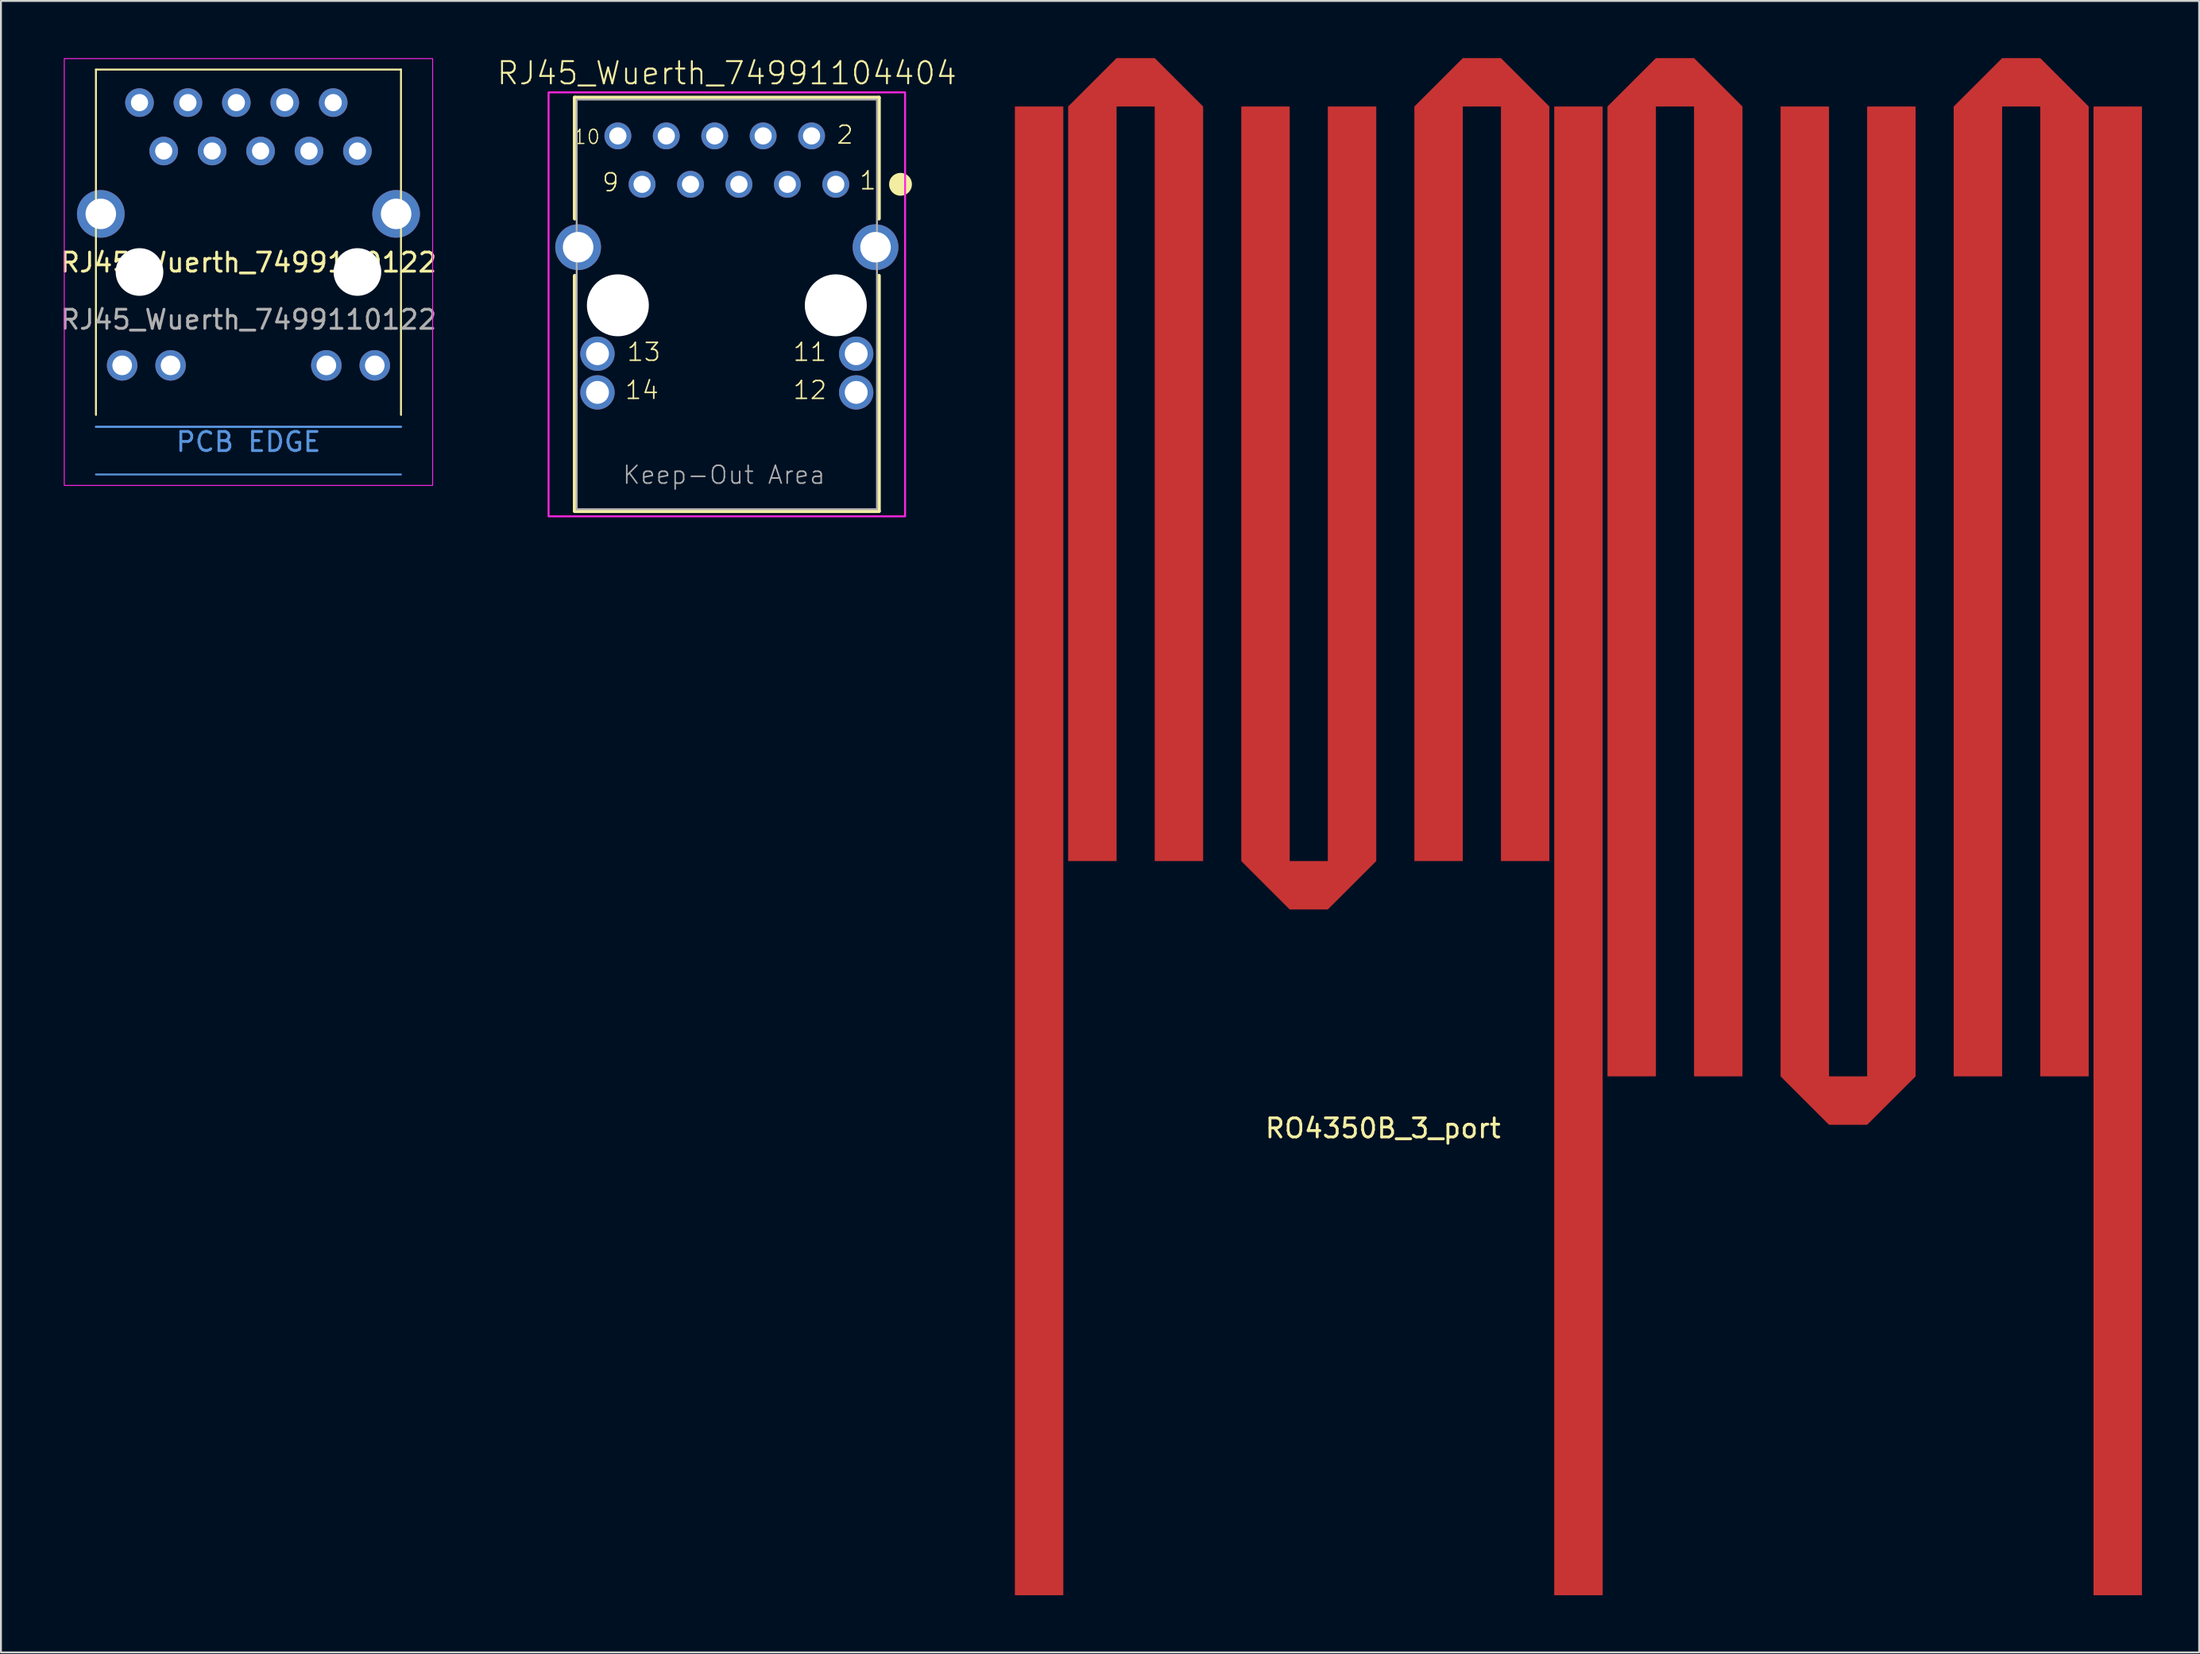
<source format=kicad_pcb>
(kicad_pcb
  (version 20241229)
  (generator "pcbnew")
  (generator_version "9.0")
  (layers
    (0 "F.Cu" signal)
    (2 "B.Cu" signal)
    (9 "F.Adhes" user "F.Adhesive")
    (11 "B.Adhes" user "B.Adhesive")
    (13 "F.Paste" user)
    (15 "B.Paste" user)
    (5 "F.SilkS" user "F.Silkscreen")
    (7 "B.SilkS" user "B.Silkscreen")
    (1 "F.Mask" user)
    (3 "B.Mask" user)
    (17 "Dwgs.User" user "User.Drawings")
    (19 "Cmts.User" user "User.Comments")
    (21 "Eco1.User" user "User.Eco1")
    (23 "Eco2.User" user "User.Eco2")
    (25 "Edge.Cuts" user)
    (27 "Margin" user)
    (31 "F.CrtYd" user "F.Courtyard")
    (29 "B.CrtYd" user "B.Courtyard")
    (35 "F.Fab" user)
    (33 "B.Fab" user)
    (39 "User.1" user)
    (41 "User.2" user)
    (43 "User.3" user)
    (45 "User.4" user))
  (footprint "RO4350B_3_port"
    (layer "F.Cu")
    (at 73.99 42.163)
    (property "Reference" "RO4350B_3_port" (at -4.5 14 0) (layer "F.SilkS") (effects (font (size 1 1) (thickness 0.15))))
    (attr through_hole)
    (fp_poly (pts (xy -21.268 -39.623) (xy -23.808 -39.623) (xy -23.808 38.507) (xy -21.268 38.507)) (stroke (width 0) (type solid)) (fill yes) (layer "F.Cu"))
    (fp_poly (pts (xy 7.02 -39.623) (xy 4.48 -39.623) (xy 4.48 38.507) (xy 7.02 38.507)) (stroke (width 0) (type solid)) (fill yes) (layer "F.Cu"))
    (fp_poly (pts (xy 35.308 -39.623) (xy 32.768 -39.623) (xy 32.768 38.507) (xy 35.308 38.507)) (stroke (width 0) (type solid)) (fill yes) (layer "F.Cu"))
    (fp_poly (pts (xy -18.474 -39.623) (xy -16.474 -39.623) (xy -16.474 -0.023) (xy -13.934 -0.023) (xy -13.934 -39.623) (xy -16.474 -42.163) (xy -18.474 -42.163) (xy -21.014 -39.623) (xy -21.014 -0.023) (xy -18.474 -0.023)) (stroke (width 0) (type solid)) (fill yes) (layer "F.Cu"))
    (fp_poly (pts (xy -4.854 -0.023) (xy -4.854 -39.623) (xy -7.394 -39.623) (xy -7.394 -0.023) (xy -9.394 -0.023) (xy -9.394 -39.623) (xy -11.934 -39.623) (xy -11.934 -0.023) (xy -9.394 2.517) (xy -7.394 2.517)) (stroke (width 0) (type solid)) (fill yes) (layer "F.Cu"))
    (fp_poly (pts (xy -0.314 -39.623) (xy 1.686 -39.623) (xy 1.686 -0.023) (xy 4.226 -0.023) (xy 4.226 -39.623) (xy 1.686 -42.163) (xy -0.314 -42.163) (xy -2.854 -39.623) (xy -2.854 -0.023) (xy -0.314 -0.023)) (stroke (width 0) (type solid)) (fill yes) (layer "F.Cu"))
    (fp_poly (pts (xy 9.814 -39.623) (xy 11.814 -39.623) (xy 11.814 11.277) (xy 14.354 11.277) (xy 14.354 -39.623) (xy 11.814 -42.163) (xy 9.814 -42.163) (xy 7.274 -39.623) (xy 7.274 11.277) (xy 9.814 11.277)) (stroke (width 0) (type solid)) (fill yes) (layer "F.Cu"))
    (fp_poly (pts (xy 23.434 11.277) (xy 23.434 -39.623) (xy 20.894 -39.623) (xy 20.894 11.277) (xy 18.894 11.277) (xy 18.894 -39.623) (xy 16.354 -39.623) (xy 16.354 11.277) (xy 18.894 13.817) (xy 20.894 13.817)) (stroke (width 0) (type solid)) (fill yes) (layer "F.Cu"))
    (fp_poly (pts (xy 27.974 -39.623) (xy 29.974 -39.623) (xy 29.974 11.277) (xy 32.514 11.277) (xy 32.514 -39.623) (xy 29.974 -42.163) (xy 27.974 -42.163) (xy 25.434 -39.623) (xy 25.434 11.277) (xy 27.974 11.277)) (stroke (width 0) (type solid)) (fill yes) (layer "F.Cu"))
    (pad "1" smd rect (at 5.5 37.5) (size 1.524 1.524) (layers "F.Cu" "F.Mask" "F.Paste"))
    (pad "2" smd rect (at 34 37.5) (size 1.524 1.524) (layers "F.Cu" "F.Mask" "F.Paste"))
    (pad "3" smd rect (at -22.5 37.5) (size 1.524 1.524) (layers "F.Cu" "F.Mask" "F.Paste")))
  (footprint "RJ45_Wuerth_74991104404"
    (layer "F.Cu")
    (at 35.073 12.973)
    (property "Reference" "RJ45_Wuerth_74991104404" (at 0 -11.5 0) (layer "F.SilkS") (effects (font (size 1.168 1.168) (thickness 0.102)) (justify bottom)))
    (fp_line (start -7.975 -10.9) (end 7.975 -10.9) (stroke (width 0.2) (type solid)) (layer "F.SilkS"))
    (fp_line (start -7.975 -4.55) (end -7.975 -10.9) (stroke (width 0.2) (type solid)) (layer "F.SilkS"))
    (fp_line (start -7.975 -1.55) (end -7.975 10.8) (stroke (width 0.2) (type solid)) (layer "F.SilkS"))
    (fp_line (start -7.975 10.8) (end 7.975 10.8) (stroke (width 0.2) (type solid)) (layer "F.SilkS"))
    (fp_line (start 7.975 -10.9) (end 7.975 -4.55) (stroke (width 0.2) (type solid)) (layer "F.SilkS"))
    (fp_line (start 7.975 10.8) (end 7.975 -1.55) (stroke (width 0.2) (type solid)) (layer "F.SilkS"))
    (fp_circle (center 9.11 -6.35) (end 9.41 -6.35) (stroke (width 0.6) (type solid)) (fill no) (layer "F.SilkS"))
    (fp_poly (pts (xy 9.35 11.075) (xy -9.35 11.075) (xy -9.35 -11.175) (xy 9.35 -11.175)) (stroke (width 0.1) (type solid)) (fill no) (layer "F.CrtYd"))
    (fp_line (start -7.875 -10.8) (end -7.875 10.7) (stroke (width 0.1) (type solid)) (layer "F.Fab"))
    (fp_line (start -7.875 10.7) (end 7.875 10.7) (stroke (width 0.1) (type solid)) (layer "F.Fab"))
    (fp_line (start 7.875 -10.8) (end -7.875 -10.8) (stroke (width 0.1) (type solid)) (layer "F.Fab"))
    (fp_line (start 7.875 10.7) (end 7.875 -10.8) (stroke (width 0.1) (type solid)) (layer "F.Fab"))
    (fp_text user "10" (at -6.6 -8.4 0) (layer "F.SilkS") (effects (font (size 0.748 0.748) (thickness 0.065)) (justify right bottom)))
    (fp_text user "1" (at 6.9 -6 0) (layer "F.SilkS") (effects (font (size 0.935 0.935) (thickness 0.081)) (justify left bottom)))
    (fp_text user "11" (at 5.3 3 0) (layer "F.SilkS") (effects (font (size 0.935 0.935) (thickness 0.081)) (justify right bottom)))
    (fp_text user "12" (at 5.3 5 0) (layer "F.SilkS") (effects (font (size 0.935 0.935) (thickness 0.081)) (justify right bottom)))
    (fp_text user "2" (at 5.7 -8.4 0) (layer "F.SilkS") (effects (font (size 0.935 0.935) (thickness 0.081)) (justify left bottom)))
    (fp_text user "14" (at -5.4 5 0) (layer "F.SilkS") (effects (font (size 0.935 0.935) (thickness 0.081)) (justify left bottom)))
    (fp_text user "13" (at -5.3 3 0) (layer "F.SilkS") (effects (font (size 0.935 0.935) (thickness 0.081)) (justify left bottom)))
    (fp_text user "9" (at -5.6 -5.9 0) (layer "F.SilkS") (effects (font (size 0.935 0.935) (thickness 0.081)) (justify right bottom)))
    (fp_text user "Keep-Out Area" (at -0.15 9.45 0) (layer "F.Fab") (effects (font (size 0.935 0.935) (thickness 0.081)) (justify bottom)))
    (pad "" np_thru_hole circle (at -5.715 0) (size 3.25 3.25) (drill 3.25) (layers "*.Cu" "*.Mask"))
    (pad "" np_thru_hole circle (at 5.715 0) (size 3.25 3.25) (drill 3.25) (layers "*.Cu" "*.Mask"))
    (pad "1" thru_hole circle (at 5.715 -6.35) (size 1.408 1.408) (drill 0.9) (layers "*.Cu" "*.Mask"))
    (pad "2" thru_hole circle (at 4.445 -8.89) (size 1.408 1.408) (drill 0.9) (layers "*.Cu" "*.Mask"))
    (pad "3" thru_hole circle (at 3.175 -6.35) (size 1.408 1.408) (drill 0.9) (layers "*.Cu" "*.Mask"))
    (pad "4" thru_hole circle (at 1.905 -8.89) (size 1.408 1.408) (drill 0.9) (layers "*.Cu" "*.Mask"))
    (pad "5" thru_hole circle (at 0.635 -6.35) (size 1.408 1.408) (drill 0.9) (layers "*.Cu" "*.Mask"))
    (pad "6" thru_hole circle (at -0.635 -8.89) (size 1.408 1.408) (drill 0.9) (layers "*.Cu" "*.Mask"))
    (pad "7" thru_hole circle (at -1.905 -6.35) (size 1.408 1.408) (drill 0.9) (layers "*.Cu" "*.Mask"))
    (pad "8" thru_hole circle (at -3.175 -8.89) (size 1.408 1.408) (drill 0.9) (layers "*.Cu" "*.Mask"))
    (pad "9" thru_hole circle (at -4.445 -6.35) (size 1.408 1.408) (drill 0.9) (layers "*.Cu" "*.Mask"))
    (pad "10" thru_hole circle (at -5.715 -8.89) (size 1.408 1.408) (drill 0.9) (layers "*.Cu" "*.Mask"))
    (pad "11" thru_hole circle (at 6.785 2.54) (size 1.8 1.8) (drill 1.2) (layers "*.Cu" "*.Mask"))
    (pad "12" thru_hole circle (at 6.785 4.57) (size 1.8 1.8) (drill 1.2) (layers "*.Cu" "*.Mask"))
    (pad "13" thru_hole circle (at -6.785 2.54) (size 1.8 1.8) (drill 1.2) (layers "*.Cu" "*.Mask"))
    (pad "14" thru_hole circle (at -6.785 4.57) (size 1.8 1.8) (drill 1.2) (layers "*.Cu" "*.Mask"))
    (pad "SH" thru_hole circle (at -7.8 -3.05) (size 2.4 2.4) (drill 1.6) (layers "*.Cu" "*.Mask"))
    (pad "SH" thru_hole circle (at 7.8 -3.05) (size 2.4 2.4) (drill 1.6) (layers "*.Cu" "*.Mask"))
    (zone (net_name "") (layer "F.Cu") (hatch edge 0.5) (connect_pads) (min_thickness 0.25) (filled_areas_thickness no) (keepout (tracks not_allowed) (vias not_allowed) (pads not_allowed) (copperpour not_allowed) (footprints allowed)) (placement (enabled no)) (fill) (polygon (pts (xy 28.068 20.273) (xy 42.078 20.273) (xy 42.078 23.773) (xy 28.068 23.773))))
    (zone (net_name "") (layers "F.Cu" "B.Cu") (hatch edge 0.5) (connect_pads) (min_thickness 0.25) (filled_areas_thickness no) (keepout (tracks allowed) (vias not_allowed) (pads allowed) (copperpour allowed) (footprints allowed)) (placement (enabled no)) (fill) (polygon (pts (xy 28.068 20.273) (xy 42.078 20.273) (xy 42.078 23.773) (xy 28.068 23.773)))))
  (footprint "RJ45_Wuerth_7499110122"
    (layer "F.Cu")
    (at 9.982 11.225)
    (property "Reference" "RJ45_Wuerth_7499110122" (at 0 -0.5 0) (unlocked yes) (layer "F.SilkS") (effects (font (size 1 1) (thickness 0.15))))
    (attr through_hole)
    (fp_line (start -8 -10.625) (end 8 -10.625) (stroke (width 0.1) (type default)) (layer "F.SilkS"))
    (fp_line (start -8 7.5) (end -8 -10.625) (stroke (width 0.1) (type default)) (layer "F.SilkS"))
    (fp_line (start 8 -10.625) (end 8 7.5) (stroke (width 0.1) (type default)) (layer "F.SilkS"))
    (fp_line (start -8 8.125) (end 8 8.125) (stroke (width 0.12) (type default)) (layer "Cmts.User"))
    (fp_line (start 8 10.625) (end -8 10.625) (stroke (width 0.1) (type default)) (layer "Cmts.User"))
    (fp_rect (start -9.66 -11.2) (end 9.66 11.2) (stroke (width 0.05) (type default)) (fill no) (layer "F.CrtYd"))
    (fp_text user "PCB EDGE" (at 0 9.5 0) (unlocked yes) (layer "Cmts.User") (effects (font (size 1 1) (thickness 0.15)) (justify bottom)))
    (fp_text user "${REFERENCE}" (at 0 2.5 0) (unlocked yes) (layer "F.Fab") (effects (font (size 1 1) (thickness 0.15))))
    (pad "" np_thru_hole circle (at -5.715 0) (size 2.5 2.5) (drill 3.25) (layers "*.Cu" "*.Mask"))
    (pad "" np_thru_hole circle (at 5.715 0) (size 2.5 2.5) (drill 3.25) (layers "*.Cu" "*.Mask"))
    (pad "1" thru_hole circle (at -5.715 -8.89) (size 1.5 1.5) (drill 0.9) (layers "*.Cu" "*.Mask"))
    (pad "2" thru_hole circle (at -4.445 -6.35) (size 1.5 1.5) (drill 0.9) (layers "*.Cu" "*.Mask"))
    (pad "3" thru_hole circle (at -3.175 -8.89) (size 1.5 1.5) (drill 0.9) (layers "*.Cu" "*.Mask"))
    (pad "4" thru_hole circle (at -1.905 -6.35) (size 1.5 1.5) (drill 0.9) (layers "*.Cu" "*.Mask"))
    (pad "5" thru_hole circle (at -0.635 -8.89) (size 1.5 1.5) (drill 0.9) (layers "*.Cu" "*.Mask"))
    (pad "6" thru_hole circle (at 0.635 -6.35) (size 1.5 1.5) (drill 0.9) (layers "*.Cu" "*.Mask"))
    (pad "7" thru_hole circle (at 1.905 -8.89) (size 1.5 1.5) (drill 0.9) (layers "*.Cu" "*.Mask"))
    (pad "8" thru_hole circle (at 3.175 -6.35) (size 1.5 1.5) (drill 0.9) (layers "*.Cu" "*.Mask"))
    (pad "9" thru_hole circle (at 4.445 -8.89) (size 1.5 1.5) (drill 0.9) (layers "*.Cu" "*.Mask"))
    (pad "10" thru_hole circle (at 5.715 -6.35) (size 1.5 1.5) (drill 0.9) (layers "*.Cu" "*.Mask"))
    (pad "11" thru_hole circle (at -6.625 4.9) (size 1.6 1.6) (drill 1.03) (layers "*.Cu" "*.Mask"))
    (pad "12" thru_hole circle (at -4.085 4.9) (size 1.6 1.6) (drill 1.03) (layers "*.Cu" "*.Mask"))
    (pad "13" thru_hole circle (at 4.085 4.9) (size 1.6 1.6) (drill 1.03) (layers "*.Cu" "*.Mask"))
    (pad "14" thru_hole circle (at 6.625 4.9) (size 1.6 1.6) (drill 1.03) (layers "*.Cu" "*.Mask"))
    (pad "SH" thru_hole circle (at -7.745 -3.05) (size 2.5 2.5) (drill 1.6) (layers "*.Cu" "*.Mask"))
    (pad "SH" thru_hole circle (at 7.745 -3.05) (size 2.5 2.5) (drill 1.6) (layers "*.Cu" "*.Mask")))
  (gr_rect
    (start -3 -3)
    (end 112.298 83.67)
    (stroke (width 0.1) (type default))
    (fill no)
    (layer "Edge.Cuts")))
</source>
